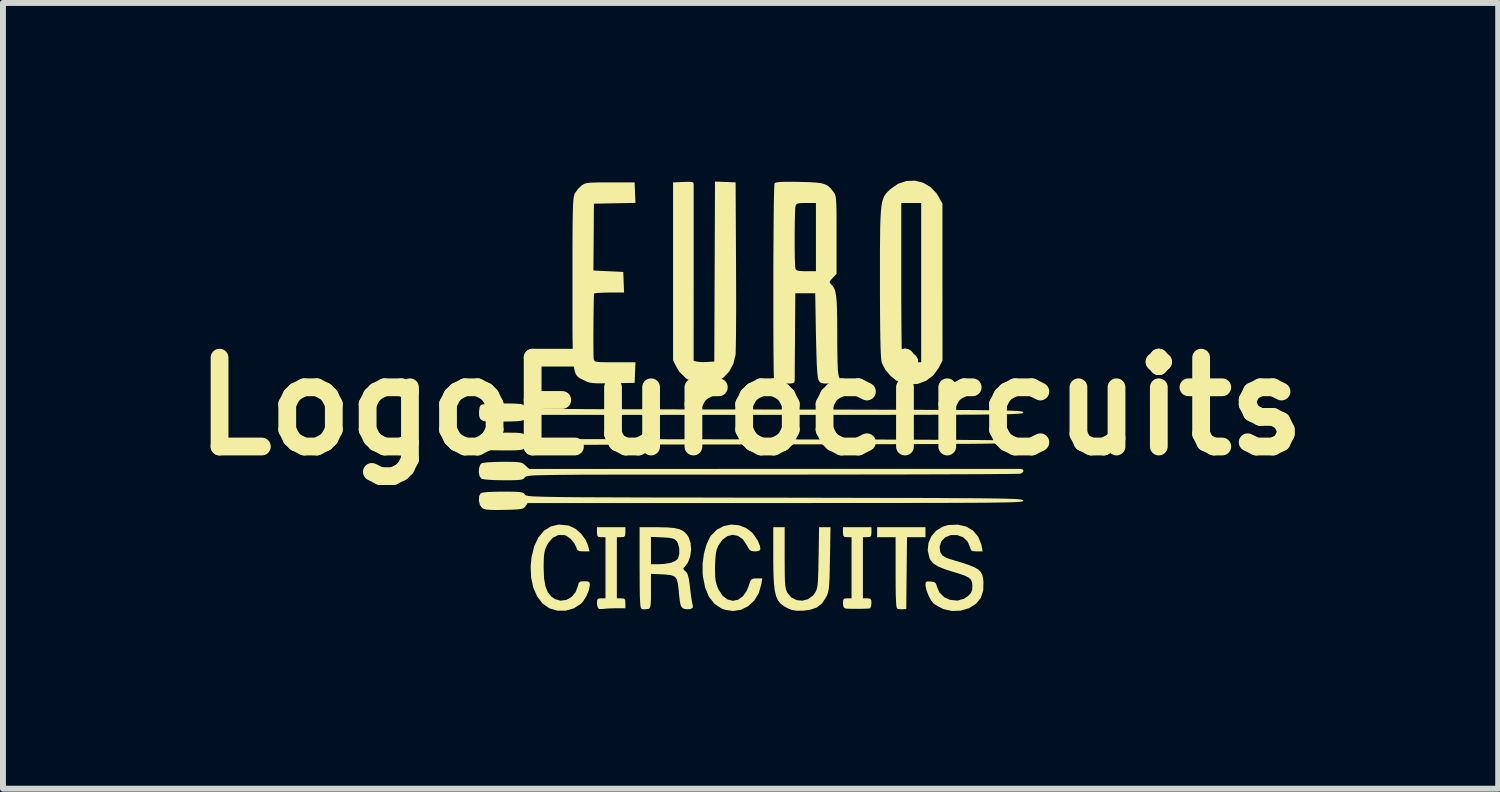
<source format=kicad_pcb>
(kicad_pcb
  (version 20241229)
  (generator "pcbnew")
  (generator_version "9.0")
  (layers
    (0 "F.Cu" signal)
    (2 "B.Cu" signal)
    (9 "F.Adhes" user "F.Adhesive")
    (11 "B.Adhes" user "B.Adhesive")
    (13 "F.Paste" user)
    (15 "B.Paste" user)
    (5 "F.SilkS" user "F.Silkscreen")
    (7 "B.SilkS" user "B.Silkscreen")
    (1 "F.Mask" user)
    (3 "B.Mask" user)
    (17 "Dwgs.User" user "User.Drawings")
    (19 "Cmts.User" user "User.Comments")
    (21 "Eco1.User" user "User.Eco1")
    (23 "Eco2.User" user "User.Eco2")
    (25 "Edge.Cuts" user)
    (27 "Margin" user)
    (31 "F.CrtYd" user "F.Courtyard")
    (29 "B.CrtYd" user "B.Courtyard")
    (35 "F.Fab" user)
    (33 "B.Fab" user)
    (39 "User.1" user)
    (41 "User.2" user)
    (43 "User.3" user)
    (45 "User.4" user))
  (footprint "LogoEurocircuits"
    (layer "F.Cu")
    (at 9.621 3.81)
    (property "Reference" "LogoEurocircuits" (at 0 0 0) (layer "F.SilkS") (effects (font (size 1.5 1.5) (thickness 0.3))))
    (attr board_only exclude_from_pos_files exclude_from_bom)
    (fp_poly (pts (xy 2.953 2.125) (xy 2.953 2.209) (xy 2.797 2.209) (xy 2.642 2.209) (xy 2.635 2.815) (xy 2.629 3.421) (xy 2.569 3.426) (xy 2.51 3.425) (xy 2.479 3.418) (xy 2.469 3.402) (xy 2.461 3.361) (xy 2.456 3.29) (xy 2.452 3.185) (xy 2.45 3.042) (xy 2.449 2.856) (xy 2.449 2.807) (xy 2.449 2.209) (xy 2.293 2.209) (xy 2.137 2.209) (xy 2.137 2.125) (xy 2.137 2.041) (xy 2.545 2.041) (xy 2.953 2.041)) (stroke (width 0) (type solid)) (fill yes) (layer "F.SilkS"))
    (fp_poly (pts (xy -2.113 2.125) (xy -2.117 2.181) (xy -2.137 2.204) (xy -2.185 2.209) (xy -2.257 2.209) (xy -2.257 2.725) (xy -2.257 3.241) (xy -2.185 3.241) (xy -2.136 3.246) (xy -2.116 3.269) (xy -2.113 3.325) (xy -2.113 3.409) (xy -2.275 3.409) (xy -2.365 3.411) (xy -2.442 3.415) (xy -2.485 3.42) (xy -2.539 3.423) (xy -2.563 3.418) (xy -2.583 3.387) (xy -2.593 3.33) (xy -2.593 3.323) (xy -2.589 3.267) (xy -2.567 3.245) (xy -2.521 3.241) (xy -2.449 3.241) (xy -2.449 2.725) (xy -2.449 2.209) (xy -2.521 2.209) (xy -2.569 2.204) (xy -2.589 2.18) (xy -2.593 2.125) (xy -2.593 2.041) (xy -2.353 2.041) (xy -2.113 2.041)) (stroke (width 0) (type solid)) (fill yes) (layer "F.SilkS"))
    (fp_poly (pts (xy 2.041 2.125) (xy 2.037 2.181) (xy 2.016 2.204) (xy 1.969 2.209) (xy 1.897 2.209) (xy 1.897 2.725) (xy 1.897 3.241) (xy 1.969 3.241) (xy 2.017 3.246) (xy 2.037 3.269) (xy 2.041 3.325) (xy 2.033 3.385) (xy 2.012 3.412) (xy 2.011 3.412) (xy 1.956 3.416) (xy 1.875 3.418) (xy 1.783 3.418) (xy 1.696 3.418) (xy 1.629 3.416) (xy 1.603 3.413) (xy 1.571 3.391) (xy 1.561 3.334) (xy 1.56 3.323) (xy 1.565 3.268) (xy 1.586 3.245) (xy 1.633 3.241) (xy 1.705 3.241) (xy 1.705 2.725) (xy 1.705 2.209) (xy 1.633 2.209) (xy 1.584 2.204) (xy 1.564 2.18) (xy 1.56 2.125) (xy 1.56 2.041) (xy 1.801 2.041) (xy 2.041 2.041)) (stroke (width 0) (type solid)) (fill yes) (layer "F.SilkS"))
    (fp_poly (pts (xy -0.426 -3.788) (xy -0.252 -3.781) (xy -0.245 -2.401) (xy -0.244 -2.143) (xy -0.243 -1.895) (xy -0.243 -1.663) (xy -0.244 -1.451) (xy -0.245 -1.264) (xy -0.247 -1.106) (xy -0.249 -0.984) (xy -0.251 -0.902) (xy -0.253 -0.87) (xy -0.289 -0.72) (xy -0.359 -0.59) (xy -0.457 -0.485) (xy -0.576 -0.41) (xy -0.709 -0.37) (xy -0.849 -0.369) (xy -0.942 -0.393) (xy -1.087 -0.47) (xy -1.2 -0.581) (xy -1.252 -0.666) (xy -1.308 -0.78) (xy -1.308 -2.281) (xy -1.308 -3.781) (xy -1.134 -3.788) (xy -1.045 -3.791) (xy -0.993 -3.788) (xy -0.968 -3.778) (xy -0.96 -3.756) (xy -0.96 -3.74) (xy -0.96 -3.707) (xy -0.96 -3.63) (xy -0.96 -3.513) (xy -0.96 -3.362) (xy -0.96 -3.18) (xy -0.96 -2.972) (xy -0.96 -2.741) (xy -0.96 -2.493) (xy -0.96 -2.232) (xy -0.96 -2.227) (xy -0.961 -0.769) (xy -0.905 -0.755) (xy -0.848 -0.748) (xy -0.767 -0.747) (xy -0.731 -0.749) (xy -0.612 -0.756) (xy -0.606 -2.276) (xy -0.6 -3.795)) (stroke (width 0) (type solid)) (fill yes) (layer "F.SilkS"))
    (fp_poly (pts (xy 0.576 2.551) (xy 0.577 2.724) (xy 0.578 2.856) (xy 0.581 2.954) (xy 0.587 3.025) (xy 0.595 3.076) (xy 0.607 3.115) (xy 0.621 3.145) (xy 0.688 3.226) (xy 0.776 3.271) (xy 0.874 3.281) (xy 0.97 3.256) (xy 1.054 3.195) (xy 1.091 3.145) (xy 1.108 3.113) (xy 1.12 3.076) (xy 1.13 3.028) (xy 1.137 2.96) (xy 1.141 2.867) (xy 1.145 2.74) (xy 1.148 2.574) (xy 1.149 2.551) (xy 1.157 2.041) (xy 1.253 2.041) (xy 1.35 2.041) (xy 1.341 2.575) (xy 1.337 2.75) (xy 1.334 2.885) (xy 1.329 2.986) (xy 1.323 3.061) (xy 1.314 3.117) (xy 1.303 3.16) (xy 1.287 3.2) (xy 1.276 3.222) (xy 1.208 3.326) (xy 1.119 3.396) (xy 1 3.436) (xy 0.892 3.449) (xy 0.782 3.451) (xy 0.699 3.438) (xy 0.636 3.413) (xy 0.564 3.375) (xy 0.507 3.331) (xy 0.463 3.277) (xy 0.431 3.206) (xy 0.409 3.112) (xy 0.395 2.99) (xy 0.387 2.834) (xy 0.384 2.638) (xy 0.384 2.554) (xy 0.384 2.041) (xy 0.48 2.041) (xy 0.576 2.041)) (stroke (width 0) (type solid)) (fill yes) (layer "F.SilkS"))
    (fp_poly (pts (xy -3.088 2.01) (xy -3.06 2.017) (xy -2.956 2.067) (xy -2.86 2.151) (xy -2.783 2.255) (xy -2.742 2.353) (xy -2.718 2.449) (xy -2.821 2.449) (xy -2.888 2.445) (xy -2.922 2.428) (xy -2.938 2.392) (xy -2.938 2.391) (xy -2.975 2.312) (xy -3.036 2.239) (xy -3.107 2.187) (xy -3.143 2.173) (xy -3.245 2.173) (xy -3.337 2.218) (xy -3.413 2.304) (xy -3.436 2.344) (xy -3.462 2.403) (xy -3.479 2.462) (xy -3.488 2.532) (xy -3.492 2.628) (xy -3.493 2.725) (xy -3.486 2.901) (xy -3.463 3.037) (xy -3.422 3.14) (xy -3.361 3.214) (xy -3.303 3.254) (xy -3.206 3.281) (xy -3.109 3.268) (xy -3.022 3.218) (xy -2.954 3.138) (xy -2.915 3.035) (xy -2.901 2.981) (xy -2.874 2.958) (xy -2.819 2.953) (xy -2.806 2.953) (xy -2.746 2.956) (xy -2.719 2.972) (xy -2.713 3.011) (xy -2.713 3.019) (xy -2.73 3.106) (xy -2.771 3.204) (xy -2.826 3.292) (xy -2.86 3.33) (xy -2.979 3.409) (xy -3.117 3.449) (xy -3.261 3.45) (xy -3.399 3.409) (xy -3.403 3.406) (xy -3.515 3.325) (xy -3.603 3.208) (xy -3.668 3.059) (xy -3.705 2.887) (xy -3.712 2.698) (xy -3.697 2.546) (xy -3.652 2.361) (xy -3.58 2.211) (xy -3.486 2.099) (xy -3.371 2.027) (xy -3.237 1.996)) (stroke (width 0) (type solid)) (fill yes) (layer "F.SilkS"))
    (fp_poly (pts (xy -0.194 2.008) (xy -0.071 2.056) (xy 0.035 2.139) (xy 0.116 2.256) (xy 0.123 2.269) (xy 0.159 2.356) (xy 0.167 2.411) (xy 0.145 2.439) (xy 0.092 2.449) (xy 0.078 2.449) (xy 0.02 2.444) (xy -0.016 2.423) (xy -0.048 2.373) (xy -0.061 2.348) (xy -0.129 2.246) (xy -0.212 2.187) (xy -0.302 2.169) (xy -0.391 2.191) (xy -0.474 2.252) (xy -0.543 2.351) (xy -0.573 2.422) (xy -0.585 2.483) (xy -0.594 2.575) (xy -0.599 2.684) (xy -0.6 2.734) (xy -0.598 2.853) (xy -0.59 2.94) (xy -0.573 3.01) (xy -0.546 3.08) (xy -0.541 3.092) (xy -0.472 3.198) (xy -0.389 3.261) (xy -0.3 3.283) (xy -0.21 3.265) (xy -0.128 3.206) (xy -0.061 3.109) (xy -0.033 3.036) (xy -0.008 2.962) (xy 0.015 2.923) (xy 0.046 2.908) (xy 0.097 2.905) (xy 0.103 2.905) (xy 0.198 2.905) (xy 0.182 3.003) (xy 0.138 3.155) (xy 0.062 3.28) (xy -0.04 3.374) (xy -0.161 3.434) (xy -0.295 3.455) (xy -0.435 3.434) (xy -0.495 3.411) (xy -0.611 3.332) (xy -0.703 3.214) (xy -0.767 3.058) (xy -0.805 2.865) (xy -0.809 2.818) (xy -0.809 2.651) (xy -0.786 2.484) (xy -0.743 2.33) (xy -0.684 2.206) (xy -0.67 2.185) (xy -0.57 2.083) (xy -0.451 2.021) (xy -0.323 1.996)) (stroke (width 0) (type solid)) (fill yes) (layer "F.SilkS"))
    (fp_poly (pts (xy 2.911 -3.776) (xy 3.036 -3.704) (xy 3.14 -3.596) (xy 3.174 -3.54) (xy 3.24 -3.421) (xy 3.24 -2.097) (xy 3.241 -0.774) (xy 3.174 -0.645) (xy 3.084 -0.522) (xy 2.965 -0.432) (xy 2.826 -0.38) (xy 2.673 -0.369) (xy 2.558 -0.389) (xy 2.459 -0.436) (xy 2.361 -0.517) (xy 2.277 -0.616) (xy 2.222 -0.721) (xy 2.213 -0.75) (xy 2.206 -0.798) (xy 2.2 -0.881) (xy 2.195 -1.002) (xy 2.191 -1.162) (xy 2.188 -1.363) (xy 2.186 -1.607) (xy 2.185 -1.896) (xy 2.185 -2.095) (xy 2.185 -2.105) (xy 2.545 -2.105) (xy 2.545 -1.857) (xy 2.546 -1.623) (xy 2.547 -1.408) (xy 2.549 -1.217) (xy 2.551 -1.053) (xy 2.553 -0.921) (xy 2.556 -0.826) (xy 2.559 -0.772) (xy 2.561 -0.76) (xy 2.592 -0.752) (xy 2.656 -0.746) (xy 2.729 -0.744) (xy 2.881 -0.744) (xy 2.881 -2.089) (xy 2.881 -3.433) (xy 2.713 -3.433) (xy 2.545 -3.433) (xy 2.545 -2.105) (xy 2.185 -2.105) (xy 2.185 -2.39) (xy 2.185 -2.641) (xy 2.187 -2.853) (xy 2.189 -3.028) (xy 2.194 -3.172) (xy 2.201 -3.288) (xy 2.21 -3.38) (xy 2.223 -3.452) (xy 2.24 -3.508) (xy 2.26 -3.553) (xy 2.285 -3.59) (xy 2.315 -3.624) (xy 2.351 -3.658) (xy 2.363 -3.669) (xy 2.49 -3.757) (xy 2.63 -3.804) (xy 2.773 -3.81)) (stroke (width 0) (type solid)) (fill yes) (layer "F.SilkS"))
    (fp_poly (pts (xy -1.405 2.044) (xy -1.283 2.055) (xy -1.193 2.077) (xy -1.127 2.112) (xy -1.076 2.163) (xy -1.048 2.205) (xy -1.012 2.305) (xy -1.003 2.422) (xy -1.02 2.54) (xy -1.06 2.643) (xy -1.114 2.711) (xy -1.136 2.737) (xy -1.124 2.763) (xy -1.099 2.784) (xy -1.074 2.811) (xy -1.056 2.853) (xy -1.041 2.919) (xy -1.026 3.019) (xy -1.02 3.076) (xy -1.007 3.184) (xy -0.993 3.276) (xy -0.981 3.342) (xy -0.974 3.365) (xy -0.977 3.402) (xy -1.016 3.423) (xy -1.079 3.426) (xy -1.113 3.42) (xy -1.144 3.408) (xy -1.166 3.387) (xy -1.183 3.346) (xy -1.195 3.279) (xy -1.207 3.177) (xy -1.213 3.104) (xy -1.227 2.991) (xy -1.247 2.916) (xy -1.285 2.872) (xy -1.349 2.849) (xy -1.447 2.839) (xy -1.486 2.837) (xy -1.681 2.828) (xy -1.681 3.116) (xy -1.681 3.241) (xy -1.685 3.326) (xy -1.692 3.379) (xy -1.704 3.407) (xy -1.719 3.419) (xy -1.8 3.429) (xy -1.843 3.417) (xy -1.852 3.402) (xy -1.859 3.363) (xy -1.865 3.295) (xy -1.869 3.195) (xy -1.871 3.057) (xy -1.872 2.879) (xy -1.873 2.723) (xy -1.873 2.434) (xy -1.681 2.434) (xy -1.681 2.665) (xy -1.554 2.665) (xy -1.461 2.66) (xy -1.37 2.647) (xy -1.339 2.64) (xy -1.274 2.612) (xy -1.229 2.576) (xy -1.225 2.569) (xy -1.203 2.491) (xy -1.204 2.398) (xy -1.226 2.312) (xy -1.246 2.278) (xy -1.275 2.249) (xy -1.314 2.231) (xy -1.374 2.22) (xy -1.468 2.213) (xy -1.486 2.212) (xy -1.681 2.204) (xy -1.681 2.434) (xy -1.873 2.434) (xy -1.873 2.041) (xy -1.566 2.041)) (stroke (width 0) (type solid)) (fill yes) (layer "F.SilkS"))
    (fp_poly (pts (xy -1.95 -3.608) (xy -1.943 -3.434) (xy -2.293 -3.428) (xy -2.644 -3.421) (xy -2.648 -2.857) (xy -2.653 -2.293) (xy -2.401 -2.281) (xy -2.149 -2.269) (xy -2.142 -2.095) (xy -2.135 -1.921) (xy -2.388 -1.921) (xy -2.492 -1.919) (xy -2.575 -1.915) (xy -2.628 -1.908) (xy -2.642 -1.903) (xy -2.645 -1.844) (xy -2.647 -1.751) (xy -2.649 -1.633) (xy -2.651 -1.498) (xy -2.652 -1.354) (xy -2.653 -1.21) (xy -2.653 -1.076) (xy -2.652 -0.959) (xy -2.651 -0.868) (xy -2.649 -0.811) (xy -2.648 -0.798) (xy -2.641 -0.777) (xy -2.628 -0.762) (xy -2.6 -0.753) (xy -2.551 -0.747) (xy -2.471 -0.745) (xy -2.355 -0.744) (xy -2.289 -0.744) (xy -1.943 -0.744) (xy -1.95 -0.57) (xy -1.957 -0.396) (xy -2.329 -0.39) (xy -2.472 -0.388) (xy -2.577 -0.388) (xy -2.653 -0.392) (xy -2.708 -0.399) (xy -2.753 -0.412) (xy -2.796 -0.432) (xy -2.808 -0.438) (xy -2.848 -0.457) (xy -2.882 -0.475) (xy -2.911 -0.495) (xy -2.935 -0.52) (xy -2.955 -0.554) (xy -2.97 -0.601) (xy -2.982 -0.665) (xy -2.992 -0.749) (xy -2.998 -0.856) (xy -3.002 -0.991) (xy -3.005 -1.157) (xy -3.006 -1.357) (xy -3.006 -1.596) (xy -3.006 -1.876) (xy -3.006 -2.09) (xy -3.006 -2.389) (xy -3.006 -2.645) (xy -3.005 -2.86) (xy -3.004 -3.038) (xy -3.002 -3.183) (xy -3 -3.299) (xy -2.997 -3.39) (xy -2.993 -3.459) (xy -2.988 -3.51) (xy -2.982 -3.547) (xy -2.975 -3.574) (xy -2.967 -3.594) (xy -2.961 -3.604) (xy -2.91 -3.673) (xy -2.849 -3.731) (xy -2.821 -3.749) (xy -2.789 -3.763) (xy -2.745 -3.772) (xy -2.681 -3.777) (xy -2.589 -3.78) (xy -2.462 -3.781) (xy -2.369 -3.781) (xy -1.957 -3.781)) (stroke (width 0) (type solid)) (fill yes) (layer "F.SilkS"))
    (fp_poly (pts (xy 3.639 2.029) (xy 3.756 2.098) (xy 3.843 2.201) (xy 3.897 2.333) (xy 3.902 2.359) (xy 3.919 2.449) (xy 3.819 2.449) (xy 3.755 2.445) (xy 3.723 2.428) (xy 3.708 2.389) (xy 3.707 2.383) (xy 3.664 2.282) (xy 3.588 2.21) (xy 3.488 2.173) (xy 3.38 2.174) (xy 3.288 2.21) (xy 3.223 2.277) (xy 3.194 2.365) (xy 3.193 2.382) (xy 3.203 2.461) (xy 3.239 2.518) (xy 3.309 2.559) (xy 3.379 2.583) (xy 3.551 2.634) (xy 3.681 2.677) (xy 3.777 2.716) (xy 3.844 2.754) (xy 3.887 2.797) (xy 3.913 2.846) (xy 3.926 2.908) (xy 3.932 2.962) (xy 3.928 3.111) (xy 3.888 3.232) (xy 3.81 3.33) (xy 3.804 3.335) (xy 3.687 3.408) (xy 3.547 3.449) (xy 3.4 3.455) (xy 3.261 3.424) (xy 3.229 3.41) (xy 3.159 3.373) (xy 3.103 3.338) (xy 3.091 3.33) (xy 3.048 3.277) (xy 3.006 3.197) (xy 2.971 3.108) (xy 2.954 3.03) (xy 2.953 3.018) (xy 2.957 2.974) (xy 2.979 2.956) (xy 3.032 2.957) (xy 3.042 2.957) (xy 3.103 2.968) (xy 3.132 2.994) (xy 3.147 3.045) (xy 3.191 3.146) (xy 3.272 3.224) (xy 3.368 3.267) (xy 3.492 3.28) (xy 3.604 3.248) (xy 3.674 3.201) (xy 3.721 3.151) (xy 3.742 3.095) (xy 3.745 3.035) (xy 3.741 2.976) (xy 3.723 2.93) (xy 3.686 2.893) (xy 3.62 2.86) (xy 3.521 2.825) (xy 3.419 2.794) (xy 3.271 2.747) (xy 3.163 2.702) (xy 3.089 2.654) (xy 3.041 2.599) (xy 3.022 2.563) (xy 2.991 2.432) (xy 3.004 2.306) (xy 3.054 2.19) (xy 3.139 2.095) (xy 3.252 2.029) (xy 3.34 2.004) (xy 3.499 1.997)) (stroke (width 0) (type solid)) (fill yes) (layer "F.SilkS"))
    (fp_poly (pts (xy -4.052 0.937) (xy -3.962 0.939) (xy -3.902 0.945) (xy -3.861 0.955) (xy -3.831 0.972) (xy -3.803 0.997) (xy -3.737 1.057) (xy 0.394 1.056) (xy 0.836 1.056) (xy 1.266 1.056) (xy 1.68 1.056) (xy 2.077 1.056) (xy 2.453 1.056) (xy 2.807 1.056) (xy 3.136 1.056) (xy 3.437 1.056) (xy 3.709 1.056) (xy 3.947 1.056) (xy 4.151 1.056) (xy 4.317 1.056) (xy 4.443 1.056) (xy 4.527 1.056) (xy 4.565 1.056) (xy 4.567 1.056) (xy 4.603 1.07) (xy 4.606 1.099) (xy 4.577 1.129) (xy 4.555 1.137) (xy 4.526 1.139) (xy 4.451 1.14) (xy 4.333 1.142) (xy 4.174 1.143) (xy 3.978 1.145) (xy 3.746 1.146) (xy 3.48 1.147) (xy 3.185 1.148) (xy 2.861 1.149) (xy 2.511 1.15) (xy 2.139 1.15) (xy 1.745 1.151) (xy 1.334 1.151) (xy 0.907 1.152) (xy 0.467 1.152) (xy 0.363 1.152) (xy -0.16 1.152) (xy -0.636 1.152) (xy -1.069 1.152) (xy -1.46 1.152) (xy -1.811 1.152) (xy -2.125 1.152) (xy -2.404 1.153) (xy -2.65 1.154) (xy -2.865 1.154) (xy -3.051 1.156) (xy -3.21 1.157) (xy -3.345 1.159) (xy -3.457 1.161) (xy -3.549 1.163) (xy -3.623 1.165) (xy -3.68 1.168) (xy -3.724 1.172) (xy -3.755 1.176) (xy -3.778 1.18) (xy -3.792 1.185) (xy -3.801 1.19) (xy -3.807 1.196) (xy -3.81 1.2) (xy -3.827 1.219) (xy -3.852 1.233) (xy -3.893 1.241) (xy -3.958 1.246) (xy -4.056 1.248) (xy -4.173 1.248) (xy -4.297 1.246) (xy -4.406 1.241) (xy -4.49 1.233) (xy -4.538 1.225) (xy -4.543 1.222) (xy -4.575 1.18) (xy -4.588 1.113) (xy -4.583 1.04) (xy -4.56 0.981) (xy -4.539 0.961) (xy -4.498 0.952) (xy -4.42 0.944) (xy -4.316 0.939) (xy -4.195 0.936) (xy -4.18 0.936)) (stroke (width 0) (type solid)) (fill yes) (layer "F.SilkS"))
    (fp_poly (pts (xy -4.052 0.445) (xy -3.955 0.446) (xy -3.89 0.451) (xy -3.848 0.459) (xy -3.822 0.472) (xy -3.803 0.491) (xy -3.798 0.498) (xy -3.757 0.552) (xy 0.42 0.558) (xy 0.95 0.559) (xy 1.433 0.56) (xy 1.873 0.561) (xy 2.271 0.561) (xy 2.629 0.562) (xy 2.949 0.564) (xy 3.233 0.565) (xy 3.483 0.566) (xy 3.702 0.568) (xy 3.891 0.569) (xy 4.053 0.571) (xy 4.189 0.573) (xy 4.301 0.575) (xy 4.392 0.578) (xy 4.463 0.581) (xy 4.516 0.584) (xy 4.555 0.587) (xy 4.58 0.591) (xy 4.593 0.595) (xy 4.597 0.6) (xy 4.597 0.6) (xy 4.593 0.605) (xy 4.58 0.609) (xy 4.556 0.613) (xy 4.518 0.616) (xy 4.465 0.619) (xy 4.394 0.622) (xy 4.304 0.625) (xy 4.193 0.627) (xy 4.058 0.629) (xy 3.898 0.631) (xy 3.71 0.633) (xy 3.492 0.634) (xy 3.243 0.636) (xy 2.96 0.637) (xy 2.641 0.638) (xy 2.285 0.639) (xy 1.889 0.64) (xy 1.451 0.641) (xy 0.969 0.641) (xy 0.442 0.642) (xy 0.41 0.642) (xy -0.115 0.643) (xy -0.595 0.644) (xy -1.031 0.644) (xy -1.425 0.645) (xy -1.779 0.646) (xy -2.097 0.647) (xy -2.379 0.648) (xy -2.627 0.649) (xy -2.845 0.65) (xy -3.033 0.651) (xy -3.195 0.653) (xy -3.332 0.655) (xy -3.447 0.657) (xy -3.54 0.659) (xy -3.616 0.662) (xy -3.675 0.665) (xy -3.72 0.669) (xy -3.753 0.672) (xy -3.776 0.677) (xy -3.792 0.681) (xy -3.801 0.686) (xy -3.807 0.692) (xy -3.81 0.696) (xy -3.827 0.715) (xy -3.852 0.728) (xy -3.893 0.737) (xy -3.958 0.742) (xy -4.055 0.744) (xy -4.186 0.744) (xy -4.346 0.742) (xy -4.46 0.737) (xy -4.53 0.727) (xy -4.557 0.715) (xy -4.577 0.669) (xy -4.584 0.599) (xy -4.578 0.527) (xy -4.562 0.48) (xy -4.544 0.466) (xy -4.509 0.455) (xy -4.447 0.449) (xy -4.354 0.445) (xy -4.22 0.444) (xy -4.189 0.444)) (stroke (width 0) (type solid)) (fill yes) (layer "F.SilkS"))
    (fp_poly (pts (xy -4.05 1.441) (xy -3.955 1.443) (xy -3.891 1.448) (xy -3.851 1.457) (xy -3.826 1.47) (xy -3.81 1.488) (xy -3.806 1.494) (xy -3.799 1.5) (xy -3.788 1.505) (xy -3.77 1.509) (xy -3.744 1.514) (xy -3.708 1.517) (xy -3.659 1.521) (xy -3.595 1.523) (xy -3.514 1.526) (xy -3.414 1.528) (xy -3.293 1.53) (xy -3.148 1.532) (xy -2.979 1.534) (xy -2.781 1.535) (xy -2.555 1.536) (xy -2.296 1.537) (xy -2.003 1.538) (xy -1.675 1.539) (xy -1.309 1.54) (xy -0.902 1.54) (xy -0.453 1.541) (xy 0.041 1.542) (xy 0.41 1.542) (xy 0.936 1.543) (xy 1.417 1.544) (xy 1.853 1.545) (xy 2.248 1.546) (xy 2.604 1.546) (xy 2.921 1.547) (xy 3.203 1.548) (xy 3.452 1.55) (xy 3.67 1.551) (xy 3.858 1.552) (xy 4.02 1.554) (xy 4.156 1.556) (xy 4.269 1.558) (xy 4.362 1.561) (xy 4.436 1.563) (xy 4.493 1.566) (xy 4.536 1.57) (xy 4.566 1.573) (xy 4.586 1.578) (xy 4.598 1.582) (xy 4.604 1.587) (xy 4.605 1.591) (xy 4.604 1.596) (xy 4.599 1.601) (xy 4.586 1.605) (xy 4.564 1.609) (xy 4.532 1.613) (xy 4.486 1.616) (xy 4.424 1.619) (xy 4.346 1.621) (xy 4.248 1.623) (xy 4.128 1.625) (xy 3.985 1.627) (xy 3.815 1.628) (xy 3.619 1.629) (xy 3.392 1.63) (xy 3.133 1.631) (xy 2.84 1.631) (xy 2.511 1.632) (xy 2.144 1.632) (xy 1.736 1.632) (xy 1.286 1.632) (xy 0.792 1.633) (xy 0.425 1.633) (xy -3.763 1.633) (xy -3.799 1.687) (xy -3.817 1.708) (xy -3.84 1.724) (xy -3.879 1.734) (xy -3.94 1.74) (xy -4.033 1.745) (xy -4.156 1.748) (xy -4.293 1.75) (xy -4.39 1.748) (xy -4.457 1.743) (xy -4.501 1.732) (xy -4.531 1.716) (xy -4.569 1.665) (xy -4.586 1.592) (xy -4.582 1.518) (xy -4.557 1.469) (xy -4.521 1.456) (xy -4.443 1.447) (xy -4.321 1.442) (xy -4.186 1.44)) (stroke (width 0) (type solid)) (fill yes) (layer "F.SilkS"))
    (fp_poly (pts (xy -4.05 -0.048) (xy -3.955 -0.045) (xy -3.891 -0.04) (xy -3.851 -0.032) (xy -3.826 -0.018) (xy -3.81 -0.000068) (xy -3.806 0.006) (xy -3.799 0.011) (xy -3.788 0.016) (xy -3.77 0.021) (xy -3.744 0.025) (xy -3.708 0.029) (xy -3.659 0.032) (xy -3.595 0.035) (xy -3.514 0.038) (xy -3.414 0.04) (xy -3.293 0.042) (xy -3.148 0.044) (xy -2.979 0.045) (xy -2.781 0.047) (xy -2.555 0.048) (xy -2.296 0.049) (xy -2.003 0.05) (xy -1.675 0.05) (xy -1.309 0.051) (xy -0.902 0.052) (xy -0.453 0.053) (xy 0.041 0.053) (xy 0.41 0.054) (xy 0.936 0.055) (xy 1.417 0.055) (xy 1.853 0.056) (xy 2.248 0.057) (xy 2.604 0.058) (xy 2.921 0.059) (xy 3.203 0.06) (xy 3.452 0.061) (xy 3.67 0.062) (xy 3.858 0.064) (xy 4.02 0.066) (xy 4.156 0.067) (xy 4.269 0.07) (xy 4.362 0.072) (xy 4.436 0.075) (xy 4.493 0.078) (xy 4.536 0.081) (xy 4.566 0.085) (xy 4.586 0.089) (xy 4.598 0.094) (xy 4.604 0.099) (xy 4.605 0.102) (xy 4.604 0.107) (xy 4.599 0.112) (xy 4.586 0.117) (xy 4.564 0.12) (xy 4.532 0.124) (xy 4.486 0.127) (xy 4.424 0.13) (xy 4.346 0.133) (xy 4.248 0.135) (xy 4.128 0.137) (xy 3.985 0.138) (xy 3.815 0.14) (xy 3.619 0.141) (xy 3.392 0.142) (xy 3.133 0.142) (xy 2.84 0.143) (xy 2.511 0.143) (xy 2.144 0.144) (xy 1.736 0.144) (xy 1.286 0.144) (xy 0.792 0.144) (xy 0.425 0.144) (xy -3.763 0.144) (xy -3.799 0.198) (xy -3.816 0.22) (xy -3.84 0.235) (xy -3.877 0.245) (xy -3.938 0.251) (xy -4.03 0.255) (xy -4.156 0.257) (xy -4.278 0.258) (xy -4.384 0.257) (xy -4.465 0.253) (xy -4.51 0.249) (xy -4.513 0.248) (xy -4.556 0.219) (xy -4.567 0.206) (xy -4.582 0.157) (xy -4.584 0.087) (xy -4.575 0.02) (xy -4.557 -0.019) (xy -4.521 -0.033) (xy -4.443 -0.042) (xy -4.321 -0.047) (xy -4.186 -0.048)) (stroke (width 0) (type solid)) (fill yes) (layer "F.SilkS"))
    (fp_poly (pts (xy 0.786 -3.79) (xy 0.823 -3.789) (xy 0.984 -3.785) (xy 1.104 -3.778) (xy 1.193 -3.767) (xy 1.259 -3.748) (xy 1.309 -3.72) (xy 1.353 -3.679) (xy 1.398 -3.623) (xy 1.403 -3.616) (xy 1.418 -3.594) (xy 1.429 -3.569) (xy 1.438 -3.534) (xy 1.444 -3.484) (xy 1.448 -3.413) (xy 1.451 -3.315) (xy 1.452 -3.185) (xy 1.452 -3.015) (xy 1.452 -2.893) (xy 1.452 -2.236) (xy 1.386 -2.166) (xy 1.345 -2.121) (xy 1.334 -2.094) (xy 1.351 -2.069) (xy 1.368 -2.053) (xy 1.395 -2.023) (xy 1.417 -1.983) (xy 1.433 -1.929) (xy 1.446 -1.854) (xy 1.455 -1.755) (xy 1.46 -1.624) (xy 1.463 -1.457) (xy 1.464 -1.249) (xy 1.464 -1.193) (xy 1.465 -0.99) (xy 1.467 -0.83) (xy 1.47 -0.707) (xy 1.474 -0.616) (xy 1.481 -0.551) (xy 1.49 -0.507) (xy 1.5 -0.482) (xy 1.52 -0.431) (xy 1.52 -0.4) (xy 1.52 -0.399) (xy 1.49 -0.392) (xy 1.425 -0.386) (xy 1.341 -0.384) (xy 1.34 -0.384) (xy 1.252 -0.385) (xy 1.2 -0.392) (xy 1.17 -0.408) (xy 1.151 -0.438) (xy 1.146 -0.45) (xy 1.135 -0.496) (xy 1.126 -0.585) (xy 1.118 -0.718) (xy 1.112 -0.897) (xy 1.106 -1.121) (xy 1.104 -1.212) (xy 1.092 -1.909) (xy 0.924 -1.909) (xy 0.756 -1.909) (xy 0.751 -1.2) (xy 0.75 -1.018) (xy 0.748 -0.85) (xy 0.747 -0.702) (xy 0.746 -0.58) (xy 0.746 -0.492) (xy 0.745 -0.443) (xy 0.745 -0.438) (xy 0.741 -0.41) (xy 0.724 -0.393) (xy 0.682 -0.386) (xy 0.606 -0.384) (xy 0.579 -0.384) (xy 0.485 -0.387) (xy 0.43 -0.396) (xy 0.403 -0.414) (xy 0.399 -0.422) (xy 0.396 -0.454) (xy 0.393 -0.529) (xy 0.39 -0.642) (xy 0.389 -0.788) (xy 0.387 -0.962) (xy 0.386 -1.161) (xy 0.385 -1.379) (xy 0.385 -1.61) (xy 0.385 -1.852) (xy 0.385 -2.098) (xy 0.385 -2.344) (xy 0.386 -2.585) (xy 0.388 -2.816) (xy 0.388 -2.88) (xy 0.745 -2.88) (xy 0.745 -2.739) (xy 0.746 -2.604) (xy 0.748 -2.486) (xy 0.752 -2.393) (xy 0.756 -2.334) (xy 0.759 -2.319) (xy 0.778 -2.297) (xy 0.823 -2.286) (xy 0.902 -2.281) (xy 0.939 -2.281) (xy 1.104 -2.281) (xy 1.104 -2.857) (xy 1.104 -3.433) (xy 0.939 -3.433) (xy 0.851 -3.432) (xy 0.8 -3.425) (xy 0.773 -3.41) (xy 0.761 -3.383) (xy 0.759 -3.379) (xy 0.754 -3.337) (xy 0.751 -3.257) (xy 0.748 -3.148) (xy 0.746 -3.02) (xy 0.745 -2.88) (xy 0.388 -2.88) (xy 0.389 -3.033) (xy 0.391 -3.231) (xy 0.393 -3.405) (xy 0.396 -3.55) (xy 0.399 -3.661) (xy 0.402 -3.734) (xy 0.405 -3.765) (xy 0.405 -3.765) (xy 0.423 -3.777) (xy 0.465 -3.785) (xy 0.535 -3.79) (xy 0.64 -3.791)) (stroke (width 0) (type solid)) (fill yes) (layer "F.SilkS")))
  (gr_rect
    (start -3 -3)
    (end 22.243 10.265)
    (stroke (width 0.1) (type default))
    (fill no)
    (layer "Edge.Cuts")))
</source>
